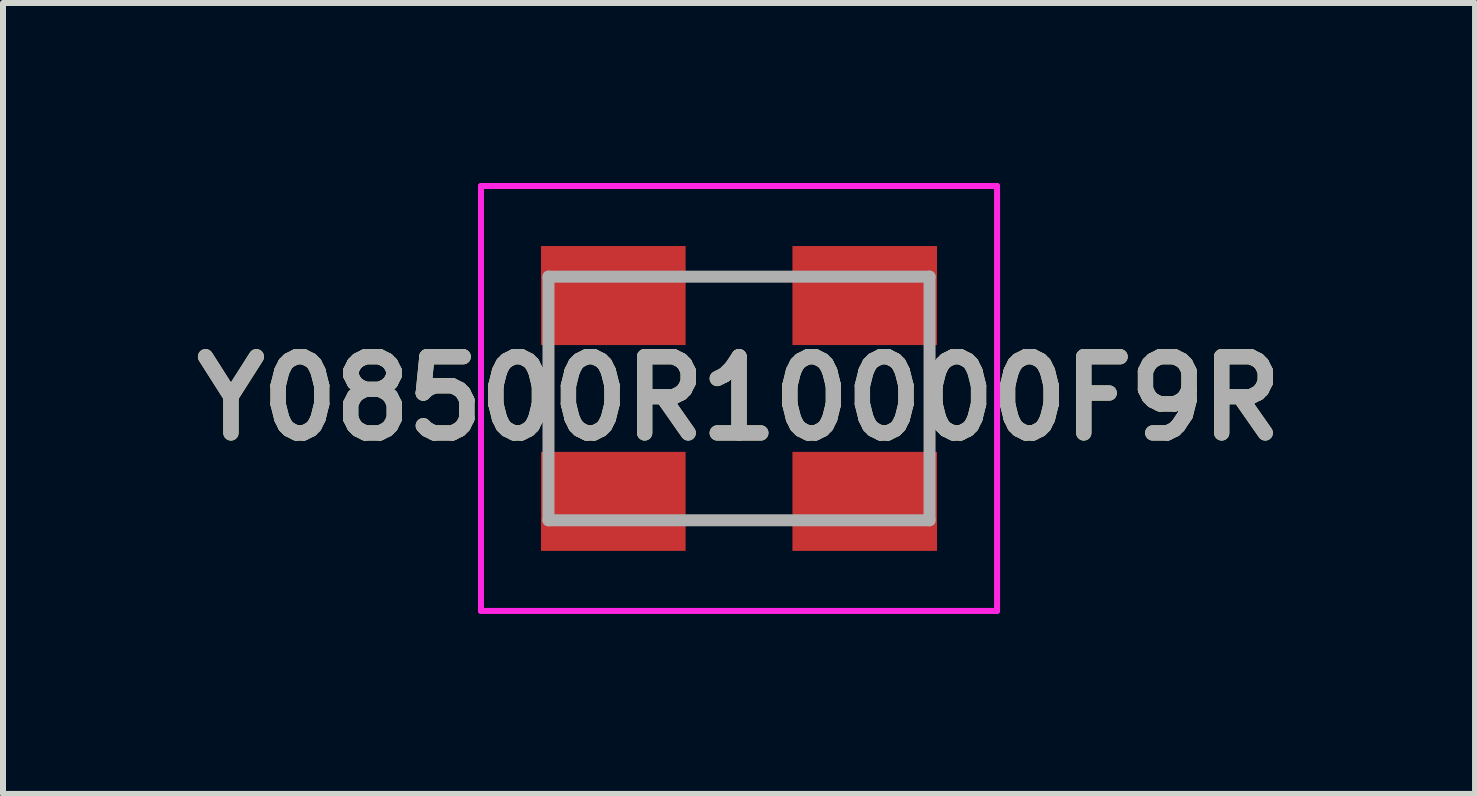
<source format=kicad_pcb>
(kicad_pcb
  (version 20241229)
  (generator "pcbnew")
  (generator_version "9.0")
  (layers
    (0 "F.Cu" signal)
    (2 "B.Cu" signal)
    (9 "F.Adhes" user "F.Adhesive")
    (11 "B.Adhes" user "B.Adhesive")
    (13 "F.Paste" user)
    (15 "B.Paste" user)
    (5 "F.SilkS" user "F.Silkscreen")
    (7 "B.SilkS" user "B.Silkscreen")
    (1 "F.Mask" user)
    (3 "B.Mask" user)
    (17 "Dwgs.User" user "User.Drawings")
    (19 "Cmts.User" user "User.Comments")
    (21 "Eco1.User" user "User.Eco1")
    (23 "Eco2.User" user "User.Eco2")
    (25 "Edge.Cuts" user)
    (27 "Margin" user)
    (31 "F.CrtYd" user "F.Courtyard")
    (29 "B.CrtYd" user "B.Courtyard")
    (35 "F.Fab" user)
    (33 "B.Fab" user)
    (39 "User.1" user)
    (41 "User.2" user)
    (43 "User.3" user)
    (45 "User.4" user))
  (footprint "Y08500R10000F9R"
    (layer "F.Cu")
    (at 9.265 3.59)
    (property "Reference" "Y08500R10000F9R" (at 0 0 0) (layer "F.SilkS") (effects (font (size 1.27 1.27) (thickness 0.254))))
    (attr smd)
    (fp_line (start -3.175 -0.6) (end -3.175 0.6) (stroke (width 0.1) (type solid)) (layer "F.SilkS"))
    (fp_line (start -0.6 -2.03) (end 0.6 -2.03) (stroke (width 0.1) (type solid)) (layer "F.SilkS"))
    (fp_line (start -0.6 2.03) (end 0.6 2.03) (stroke (width 0.1) (type solid)) (layer "F.SilkS"))
    (fp_line (start 3.175 -0.6) (end 3.175 0.6) (stroke (width 0.1) (type solid)) (layer "F.SilkS"))
    (fp_line (start -4.3 -3.54) (end 4.3 -3.54) (stroke (width 0.1) (type solid)) (layer "F.CrtYd"))
    (fp_line (start -4.3 3.54) (end -4.3 -3.54) (stroke (width 0.1) (type solid)) (layer "F.CrtYd"))
    (fp_line (start 4.3 -3.54) (end 4.3 3.54) (stroke (width 0.1) (type solid)) (layer "F.CrtYd"))
    (fp_line (start 4.3 3.54) (end -4.3 3.54) (stroke (width 0.1) (type solid)) (layer "F.CrtYd"))
    (fp_line (start -3.175 -2.03) (end 3.175 -2.03) (stroke (width 0.2) (type solid)) (layer "F.Fab"))
    (fp_line (start -3.175 2.03) (end -3.175 -2.03) (stroke (width 0.2) (type solid)) (layer "F.Fab"))
    (fp_line (start 3.175 -2.03) (end 3.175 2.03) (stroke (width 0.2) (type solid)) (layer "F.Fab"))
    (fp_line (start 3.175 2.03) (end -3.175 2.03) (stroke (width 0.2) (type solid)) (layer "F.Fab"))
    (fp_text user "${REFERENCE}" (at 0 0 0) (layer "F.Fab") (effects (font (size 1.27 1.27) (thickness 0.254))))
    (pad "1" smd rect (at -2.095 -1.715 90) (size 1.65 2.41) (layers "F.Cu" "F.Mask" "F.Paste"))
    (pad "2" smd rect (at -2.095 1.715 90) (size 1.65 2.41) (layers "F.Cu" "F.Mask" "F.Paste"))
    (pad "3" smd rect (at 2.095 -1.715 90) (size 1.65 2.41) (layers "F.Cu" "F.Mask" "F.Paste"))
    (pad "4" smd rect (at 2.095 1.715 90) (size 1.65 2.41) (layers "F.Cu" "F.Mask" "F.Paste")))
  (gr_rect
    (start -3 -3)
    (end 21.53 10.18)
    (stroke (width 0.1) (type default))
    (fill no)
    (layer "Edge.Cuts")))
</source>
